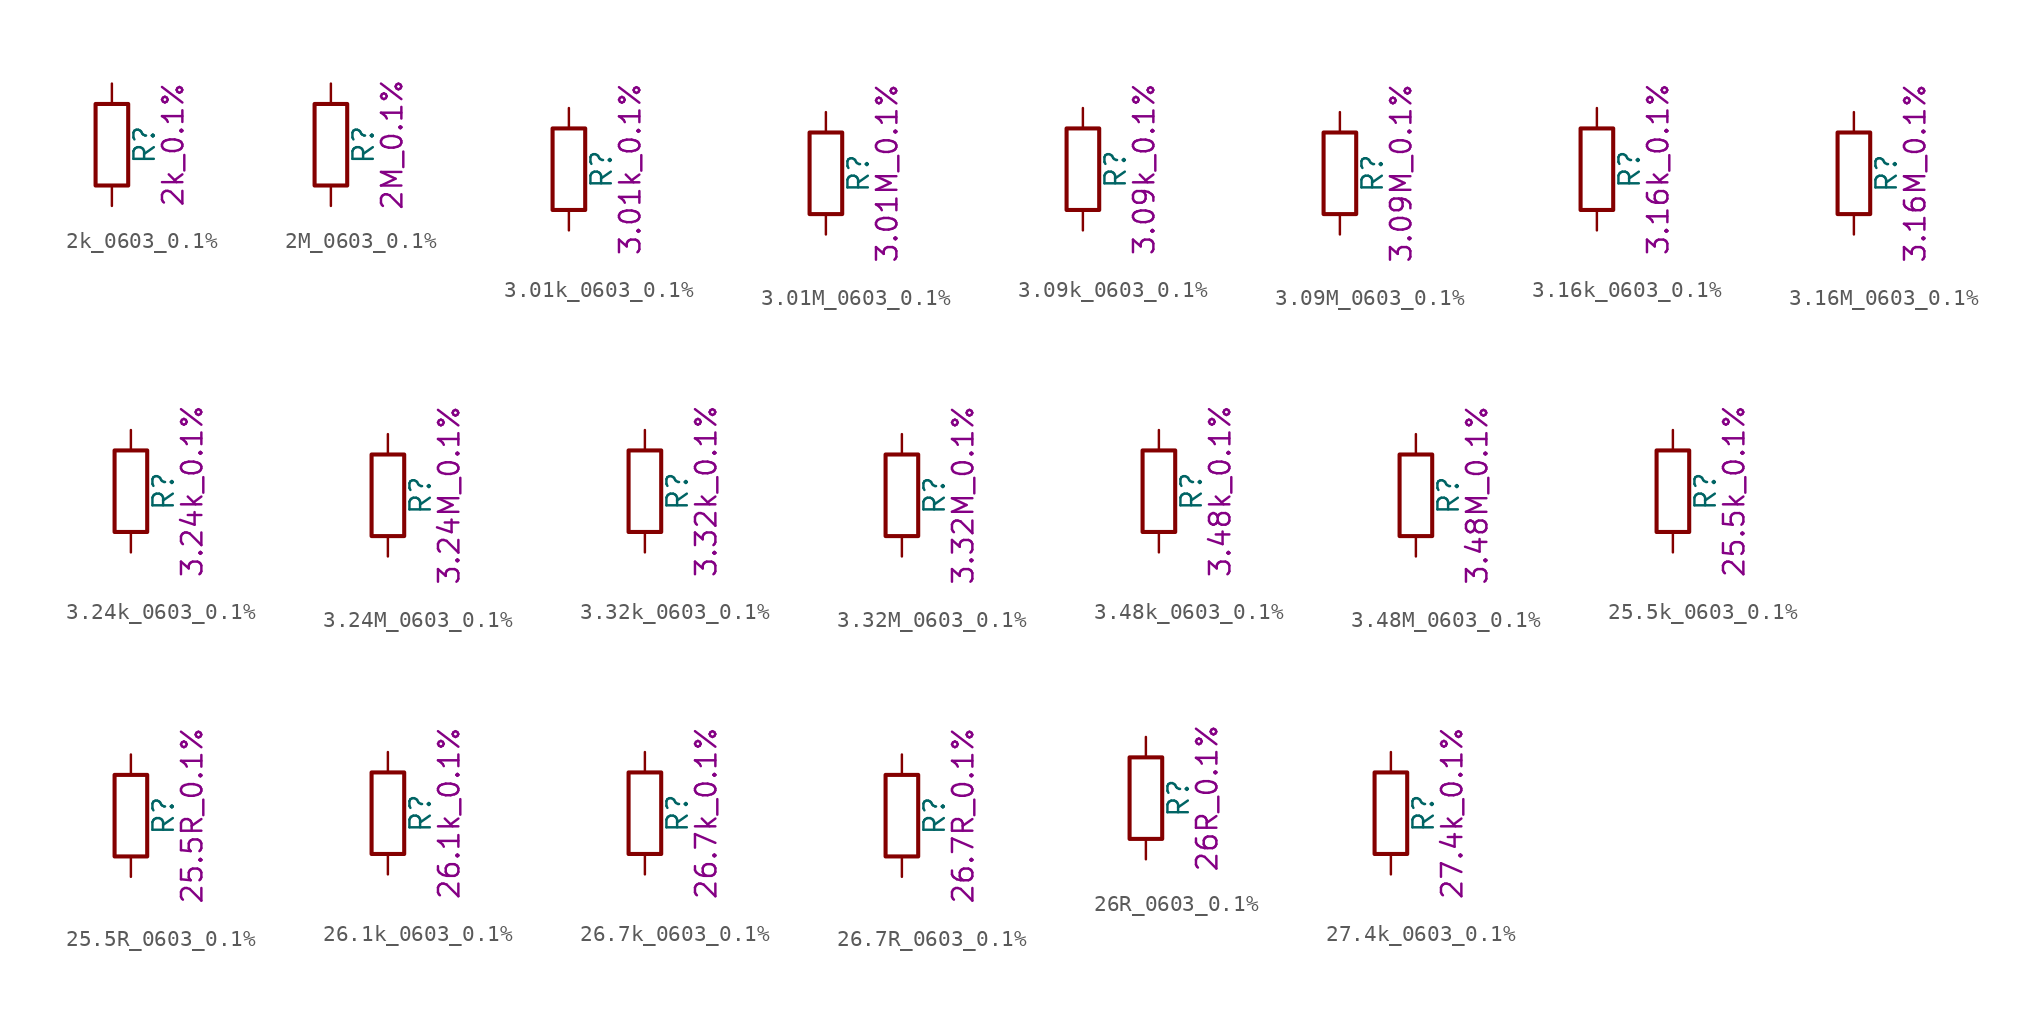
<source format=kicad_sym>
(kicad_symbol_lib
  (version 20211014)
  (generator kicad_symbol_editor)
  (symbol "2k_0603_0.1%"
    (pin_numbers hide)
    (pin_names
      (offset 0))
    (property "Reference" "R"
      (at 2.032 0 90)
      (effects (font (size 1.27 1.27))))
    (property "Display" "2k_0.1%"
      (at 3.81 0 90)
      (effects (font (size 1.27 1.27))))
    (symbol "2k_0603_0.1%_0_1"
      (rectangle (start -1.016 -2.54) (end 1.016 2.54) (stroke (width 0.254) (type default) (color 0 0 0 0)) (fill (type none))))
    (symbol "2k_0603_0.1%_1_1"
      (pin passive line (at 0 3.81 270) (length 1.27) (name "~" (effects (font (size 1.27 1.27)))) (number "1" (effects (font (size 1.27 1.27)))))
      (pin passive line (at 0 -3.81 90) (length 1.27) (name "~" (effects (font (size 1.27 1.27)))) (number "2" (effects (font (size 1.27 1.27)))))))
  (symbol "2M_0603_0.1%"
    (pin_numbers hide)
    (pin_names
      (offset 0))
    (property "Reference" "R"
      (at 2.032 0 90)
      (effects (font (size 1.27 1.27))))
    (property "Display" "2M_0.1%"
      (at 3.81 0 90)
      (effects (font (size 1.27 1.27))))
    (symbol "2M_0603_0.1%_0_1"
      (rectangle (start -1.016 -2.54) (end 1.016 2.54) (stroke (width 0.254) (type default) (color 0 0 0 0)) (fill (type none))))
    (symbol "2M_0603_0.1%_1_1"
      (pin passive line (at 0 3.81 270) (length 1.27) (name "~" (effects (font (size 1.27 1.27)))) (number "1" (effects (font (size 1.27 1.27)))))
      (pin passive line (at 0 -3.81 90) (length 1.27) (name "~" (effects (font (size 1.27 1.27)))) (number "2" (effects (font (size 1.27 1.27)))))))
  (symbol "3.01k_0603_0.1%"
    (pin_numbers hide)
    (pin_names
      (offset 0))
    (property "Reference" "R"
      (at 2.032 0 90)
      (effects (font (size 1.27 1.27))))
    (property "Display" "3.01k_0.1%"
      (at 3.81 0 90)
      (effects (font (size 1.27 1.27))))
    (symbol "3.01k_0603_0.1%_0_1"
      (rectangle (start -1.016 -2.54) (end 1.016 2.54) (stroke (width 0.254) (type default) (color 0 0 0 0)) (fill (type none))))
    (symbol "3.01k_0603_0.1%_1_1"
      (pin passive line (at 0 3.81 270) (length 1.27) (name "~" (effects (font (size 1.27 1.27)))) (number "1" (effects (font (size 1.27 1.27)))))
      (pin passive line (at 0 -3.81 90) (length 1.27) (name "~" (effects (font (size 1.27 1.27)))) (number "2" (effects (font (size 1.27 1.27)))))))
  (symbol "3.01M_0603_0.1%"
    (pin_numbers hide)
    (pin_names
      (offset 0))
    (property "Reference" "R"
      (at 2.032 0 90)
      (effects (font (size 1.27 1.27))))
    (property "Display" "3.01M_0.1%"
      (at 3.81 0 90)
      (effects (font (size 1.27 1.27))))
    (symbol "3.01M_0603_0.1%_0_1"
      (rectangle (start -1.016 -2.54) (end 1.016 2.54) (stroke (width 0.254) (type default) (color 0 0 0 0)) (fill (type none))))
    (symbol "3.01M_0603_0.1%_1_1"
      (pin passive line (at 0 3.81 270) (length 1.27) (name "~" (effects (font (size 1.27 1.27)))) (number "1" (effects (font (size 1.27 1.27)))))
      (pin passive line (at 0 -3.81 90) (length 1.27) (name "~" (effects (font (size 1.27 1.27)))) (number "2" (effects (font (size 1.27 1.27)))))))
  (symbol "3.09k_0603_0.1%"
    (pin_numbers hide)
    (pin_names
      (offset 0))
    (property "Reference" "R"
      (at 2.032 0 90)
      (effects (font (size 1.27 1.27))))
    (property "Display" "3.09k_0.1%"
      (at 3.81 0 90)
      (effects (font (size 1.27 1.27))))
    (symbol "3.09k_0603_0.1%_0_1"
      (rectangle (start -1.016 -2.54) (end 1.016 2.54) (stroke (width 0.254) (type default) (color 0 0 0 0)) (fill (type none))))
    (symbol "3.09k_0603_0.1%_1_1"
      (pin passive line (at 0 3.81 270) (length 1.27) (name "~" (effects (font (size 1.27 1.27)))) (number "1" (effects (font (size 1.27 1.27)))))
      (pin passive line (at 0 -3.81 90) (length 1.27) (name "~" (effects (font (size 1.27 1.27)))) (number "2" (effects (font (size 1.27 1.27)))))))
  (symbol "3.09M_0603_0.1%"
    (pin_numbers hide)
    (pin_names
      (offset 0))
    (property "Reference" "R"
      (at 2.032 0 90)
      (effects (font (size 1.27 1.27))))
    (property "Display" "3.09M_0.1%"
      (at 3.81 0 90)
      (effects (font (size 1.27 1.27))))
    (symbol "3.09M_0603_0.1%_0_1"
      (rectangle (start -1.016 -2.54) (end 1.016 2.54) (stroke (width 0.254) (type default) (color 0 0 0 0)) (fill (type none))))
    (symbol "3.09M_0603_0.1%_1_1"
      (pin passive line (at 0 3.81 270) (length 1.27) (name "~" (effects (font (size 1.27 1.27)))) (number "1" (effects (font (size 1.27 1.27)))))
      (pin passive line (at 0 -3.81 90) (length 1.27) (name "~" (effects (font (size 1.27 1.27)))) (number "2" (effects (font (size 1.27 1.27)))))))
  (symbol "3.16k_0603_0.1%"
    (pin_numbers hide)
    (pin_names
      (offset 0))
    (property "Reference" "R"
      (at 2.032 0 90)
      (effects (font (size 1.27 1.27))))
    (property "Display" "3.16k_0.1%"
      (at 3.81 0 90)
      (effects (font (size 1.27 1.27))))
    (symbol "3.16k_0603_0.1%_0_1"
      (rectangle (start -1.016 -2.54) (end 1.016 2.54) (stroke (width 0.254) (type default) (color 0 0 0 0)) (fill (type none))))
    (symbol "3.16k_0603_0.1%_1_1"
      (pin passive line (at 0 3.81 270) (length 1.27) (name "~" (effects (font (size 1.27 1.27)))) (number "1" (effects (font (size 1.27 1.27)))))
      (pin passive line (at 0 -3.81 90) (length 1.27) (name "~" (effects (font (size 1.27 1.27)))) (number "2" (effects (font (size 1.27 1.27)))))))
  (symbol "3.16M_0603_0.1%"
    (pin_numbers hide)
    (pin_names
      (offset 0))
    (property "Reference" "R"
      (at 2.032 0 90)
      (effects (font (size 1.27 1.27))))
    (property "Display" "3.16M_0.1%"
      (at 3.81 0 90)
      (effects (font (size 1.27 1.27))))
    (symbol "3.16M_0603_0.1%_0_1"
      (rectangle (start -1.016 -2.54) (end 1.016 2.54) (stroke (width 0.254) (type default) (color 0 0 0 0)) (fill (type none))))
    (symbol "3.16M_0603_0.1%_1_1"
      (pin passive line (at 0 3.81 270) (length 1.27) (name "~" (effects (font (size 1.27 1.27)))) (number "1" (effects (font (size 1.27 1.27)))))
      (pin passive line (at 0 -3.81 90) (length 1.27) (name "~" (effects (font (size 1.27 1.27)))) (number "2" (effects (font (size 1.27 1.27)))))))
  (symbol "3.24k_0603_0.1%"
    (pin_numbers hide)
    (pin_names
      (offset 0))
    (property "Reference" "R"
      (at 2.032 0 90)
      (effects (font (size 1.27 1.27))))
    (property "Display" "3.24k_0.1%"
      (at 3.81 0 90)
      (effects (font (size 1.27 1.27))))
    (symbol "3.24k_0603_0.1%_0_1"
      (rectangle (start -1.016 -2.54) (end 1.016 2.54) (stroke (width 0.254) (type default) (color 0 0 0 0)) (fill (type none))))
    (symbol "3.24k_0603_0.1%_1_1"
      (pin passive line (at 0 3.81 270) (length 1.27) (name "~" (effects (font (size 1.27 1.27)))) (number "1" (effects (font (size 1.27 1.27)))))
      (pin passive line (at 0 -3.81 90) (length 1.27) (name "~" (effects (font (size 1.27 1.27)))) (number "2" (effects (font (size 1.27 1.27)))))))
  (symbol "3.24M_0603_0.1%"
    (pin_numbers hide)
    (pin_names
      (offset 0))
    (property "Reference" "R"
      (at 2.032 0 90)
      (effects (font (size 1.27 1.27))))
    (property "Display" "3.24M_0.1%"
      (at 3.81 0 90)
      (effects (font (size 1.27 1.27))))
    (symbol "3.24M_0603_0.1%_0_1"
      (rectangle (start -1.016 -2.54) (end 1.016 2.54) (stroke (width 0.254) (type default) (color 0 0 0 0)) (fill (type none))))
    (symbol "3.24M_0603_0.1%_1_1"
      (pin passive line (at 0 3.81 270) (length 1.27) (name "~" (effects (font (size 1.27 1.27)))) (number "1" (effects (font (size 1.27 1.27)))))
      (pin passive line (at 0 -3.81 90) (length 1.27) (name "~" (effects (font (size 1.27 1.27)))) (number "2" (effects (font (size 1.27 1.27)))))))
  (symbol "3.32k_0603_0.1%"
    (pin_numbers hide)
    (pin_names
      (offset 0))
    (property "Reference" "R"
      (at 2.032 0 90)
      (effects (font (size 1.27 1.27))))
    (property "Display" "3.32k_0.1%"
      (at 3.81 0 90)
      (effects (font (size 1.27 1.27))))
    (symbol "3.32k_0603_0.1%_0_1"
      (rectangle (start -1.016 -2.54) (end 1.016 2.54) (stroke (width 0.254) (type default) (color 0 0 0 0)) (fill (type none))))
    (symbol "3.32k_0603_0.1%_1_1"
      (pin passive line (at 0 3.81 270) (length 1.27) (name "~" (effects (font (size 1.27 1.27)))) (number "1" (effects (font (size 1.27 1.27)))))
      (pin passive line (at 0 -3.81 90) (length 1.27) (name "~" (effects (font (size 1.27 1.27)))) (number "2" (effects (font (size 1.27 1.27)))))))
  (symbol "3.32M_0603_0.1%"
    (pin_numbers hide)
    (pin_names
      (offset 0))
    (property "Reference" "R"
      (at 2.032 0 90)
      (effects (font (size 1.27 1.27))))
    (property "Display" "3.32M_0.1%"
      (at 3.81 0 90)
      (effects (font (size 1.27 1.27))))
    (symbol "3.32M_0603_0.1%_0_1"
      (rectangle (start -1.016 -2.54) (end 1.016 2.54) (stroke (width 0.254) (type default) (color 0 0 0 0)) (fill (type none))))
    (symbol "3.32M_0603_0.1%_1_1"
      (pin passive line (at 0 3.81 270) (length 1.27) (name "~" (effects (font (size 1.27 1.27)))) (number "1" (effects (font (size 1.27 1.27)))))
      (pin passive line (at 0 -3.81 90) (length 1.27) (name "~" (effects (font (size 1.27 1.27)))) (number "2" (effects (font (size 1.27 1.27)))))))
  (symbol "3.48k_0603_0.1%"
    (pin_numbers hide)
    (pin_names
      (offset 0))
    (property "Reference" "R"
      (at 2.032 0 90)
      (effects (font (size 1.27 1.27))))
    (property "Display" "3.48k_0.1%"
      (at 3.81 0 90)
      (effects (font (size 1.27 1.27))))
    (symbol "3.48k_0603_0.1%_0_1"
      (rectangle (start -1.016 -2.54) (end 1.016 2.54) (stroke (width 0.254) (type default) (color 0 0 0 0)) (fill (type none))))
    (symbol "3.48k_0603_0.1%_1_1"
      (pin passive line (at 0 3.81 270) (length 1.27) (name "~" (effects (font (size 1.27 1.27)))) (number "1" (effects (font (size 1.27 1.27)))))
      (pin passive line (at 0 -3.81 90) (length 1.27) (name "~" (effects (font (size 1.27 1.27)))) (number "2" (effects (font (size 1.27 1.27)))))))
  (symbol "3.48M_0603_0.1%"
    (pin_numbers hide)
    (pin_names
      (offset 0))
    (property "Reference" "R"
      (at 2.032 0 90)
      (effects (font (size 1.27 1.27))))
    (property "Display" "3.48M_0.1%"
      (at 3.81 0 90)
      (effects (font (size 1.27 1.27))))
    (symbol "3.48M_0603_0.1%_0_1"
      (rectangle (start -1.016 -2.54) (end 1.016 2.54) (stroke (width 0.254) (type default) (color 0 0 0 0)) (fill (type none))))
    (symbol "3.48M_0603_0.1%_1_1"
      (pin passive line (at 0 3.81 270) (length 1.27) (name "~" (effects (font (size 1.27 1.27)))) (number "1" (effects (font (size 1.27 1.27)))))
      (pin passive line (at 0 -3.81 90) (length 1.27) (name "~" (effects (font (size 1.27 1.27)))) (number "2" (effects (font (size 1.27 1.27)))))))
  (symbol "25.5k_0603_0.1%"
    (pin_numbers hide)
    (pin_names
      (offset 0))
    (property "Reference" "R"
      (at 2.032 0 90)
      (effects (font (size 1.27 1.27))))
    (property "Display" "25.5k_0.1%"
      (at 3.81 0 90)
      (effects (font (size 1.27 1.27))))
    (symbol "25.5k_0603_0.1%_0_1"
      (rectangle (start -1.016 -2.54) (end 1.016 2.54) (stroke (width 0.254) (type default) (color 0 0 0 0)) (fill (type none))))
    (symbol "25.5k_0603_0.1%_1_1"
      (pin passive line (at 0 3.81 270) (length 1.27) (name "~" (effects (font (size 1.27 1.27)))) (number "1" (effects (font (size 1.27 1.27)))))
      (pin passive line (at 0 -3.81 90) (length 1.27) (name "~" (effects (font (size 1.27 1.27)))) (number "2" (effects (font (size 1.27 1.27)))))))
  (symbol "25.5R_0603_0.1%"
    (pin_numbers hide)
    (pin_names
      (offset 0))
    (property "Reference" "R"
      (at 2.032 0 90)
      (effects (font (size 1.27 1.27))))
    (property "Display" "25.5R_0.1%"
      (at 3.81 0 90)
      (effects (font (size 1.27 1.27))))
    (symbol "25.5R_0603_0.1%_0_1"
      (rectangle (start -1.016 -2.54) (end 1.016 2.54) (stroke (width 0.254) (type default) (color 0 0 0 0)) (fill (type none))))
    (symbol "25.5R_0603_0.1%_1_1"
      (pin passive line (at 0 3.81 270) (length 1.27) (name "~" (effects (font (size 1.27 1.27)))) (number "1" (effects (font (size 1.27 1.27)))))
      (pin passive line (at 0 -3.81 90) (length 1.27) (name "~" (effects (font (size 1.27 1.27)))) (number "2" (effects (font (size 1.27 1.27)))))))
  (symbol "26.1k_0603_0.1%"
    (pin_numbers hide)
    (pin_names
      (offset 0))
    (property "Reference" "R"
      (at 2.032 0 90)
      (effects (font (size 1.27 1.27))))
    (property "Display" "26.1k_0.1%"
      (at 3.81 0 90)
      (effects (font (size 1.27 1.27))))
    (symbol "26.1k_0603_0.1%_0_1"
      (rectangle (start -1.016 -2.54) (end 1.016 2.54) (stroke (width 0.254) (type default) (color 0 0 0 0)) (fill (type none))))
    (symbol "26.1k_0603_0.1%_1_1"
      (pin passive line (at 0 3.81 270) (length 1.27) (name "~" (effects (font (size 1.27 1.27)))) (number "1" (effects (font (size 1.27 1.27)))))
      (pin passive line (at 0 -3.81 90) (length 1.27) (name "~" (effects (font (size 1.27 1.27)))) (number "2" (effects (font (size 1.27 1.27)))))))
  (symbol "26.7k_0603_0.1%"
    (pin_numbers hide)
    (pin_names
      (offset 0))
    (property "Reference" "R"
      (at 2.032 0 90)
      (effects (font (size 1.27 1.27))))
    (property "Display" "26.7k_0.1%"
      (at 3.81 0 90)
      (effects (font (size 1.27 1.27))))
    (symbol "26.7k_0603_0.1%_0_1"
      (rectangle (start -1.016 -2.54) (end 1.016 2.54) (stroke (width 0.254) (type default) (color 0 0 0 0)) (fill (type none))))
    (symbol "26.7k_0603_0.1%_1_1"
      (pin passive line (at 0 3.81 270) (length 1.27) (name "~" (effects (font (size 1.27 1.27)))) (number "1" (effects (font (size 1.27 1.27)))))
      (pin passive line (at 0 -3.81 90) (length 1.27) (name "~" (effects (font (size 1.27 1.27)))) (number "2" (effects (font (size 1.27 1.27)))))))
  (symbol "26.7R_0603_0.1%"
    (pin_numbers hide)
    (pin_names
      (offset 0))
    (property "Reference" "R"
      (at 2.032 0 90)
      (effects (font (size 1.27 1.27))))
    (property "Display" "26.7R_0.1%"
      (at 3.81 0 90)
      (effects (font (size 1.27 1.27))))
    (symbol "26.7R_0603_0.1%_0_1"
      (rectangle (start -1.016 -2.54) (end 1.016 2.54) (stroke (width 0.254) (type default) (color 0 0 0 0)) (fill (type none))))
    (symbol "26.7R_0603_0.1%_1_1"
      (pin passive line (at 0 3.81 270) (length 1.27) (name "~" (effects (font (size 1.27 1.27)))) (number "1" (effects (font (size 1.27 1.27)))))
      (pin passive line (at 0 -3.81 90) (length 1.27) (name "~" (effects (font (size 1.27 1.27)))) (number "2" (effects (font (size 1.27 1.27)))))))
  (symbol "26R_0603_0.1%"
    (pin_numbers hide)
    (pin_names
      (offset 0))
    (property "Reference" "R"
      (at 2.032 0 90)
      (effects (font (size 1.27 1.27))))
    (property "Display" "26R_0.1%"
      (at 3.81 0 90)
      (effects (font (size 1.27 1.27))))
    (symbol "26R_0603_0.1%_0_1"
      (rectangle (start -1.016 -2.54) (end 1.016 2.54) (stroke (width 0.254) (type default) (color 0 0 0 0)) (fill (type none))))
    (symbol "26R_0603_0.1%_1_1"
      (pin passive line (at 0 3.81 270) (length 1.27) (name "~" (effects (font (size 1.27 1.27)))) (number "1" (effects (font (size 1.27 1.27)))))
      (pin passive line (at 0 -3.81 90) (length 1.27) (name "~" (effects (font (size 1.27 1.27)))) (number "2" (effects (font (size 1.27 1.27)))))))
  (symbol "27.4k_0603_0.1%"
    (pin_numbers hide)
    (pin_names
      (offset 0))
    (property "Reference" "R"
      (at 2.032 0 90)
      (effects (font (size 1.27 1.27))))
    (property "Display" "27.4k_0.1%"
      (at 3.81 0 90)
      (effects (font (size 1.27 1.27))))
    (symbol "27.4k_0603_0.1%_0_1"
      (rectangle (start -1.016 -2.54) (end 1.016 2.54) (stroke (width 0.254) (type default) (color 0 0 0 0)) (fill (type none))))
    (symbol "27.4k_0603_0.1%_1_1"
      (pin passive line (at 0 3.81 270) (length 1.27) (name "~" (effects (font (size 1.27 1.27)))) (number "1" (effects (font (size 1.27 1.27)))))
      (pin passive line (at 0 -3.81 90) (length 1.27) (name "~" (effects (font (size 1.27 1.27)))) (number "2" (effects (font (size 1.27 1.27))))))))
</source>
